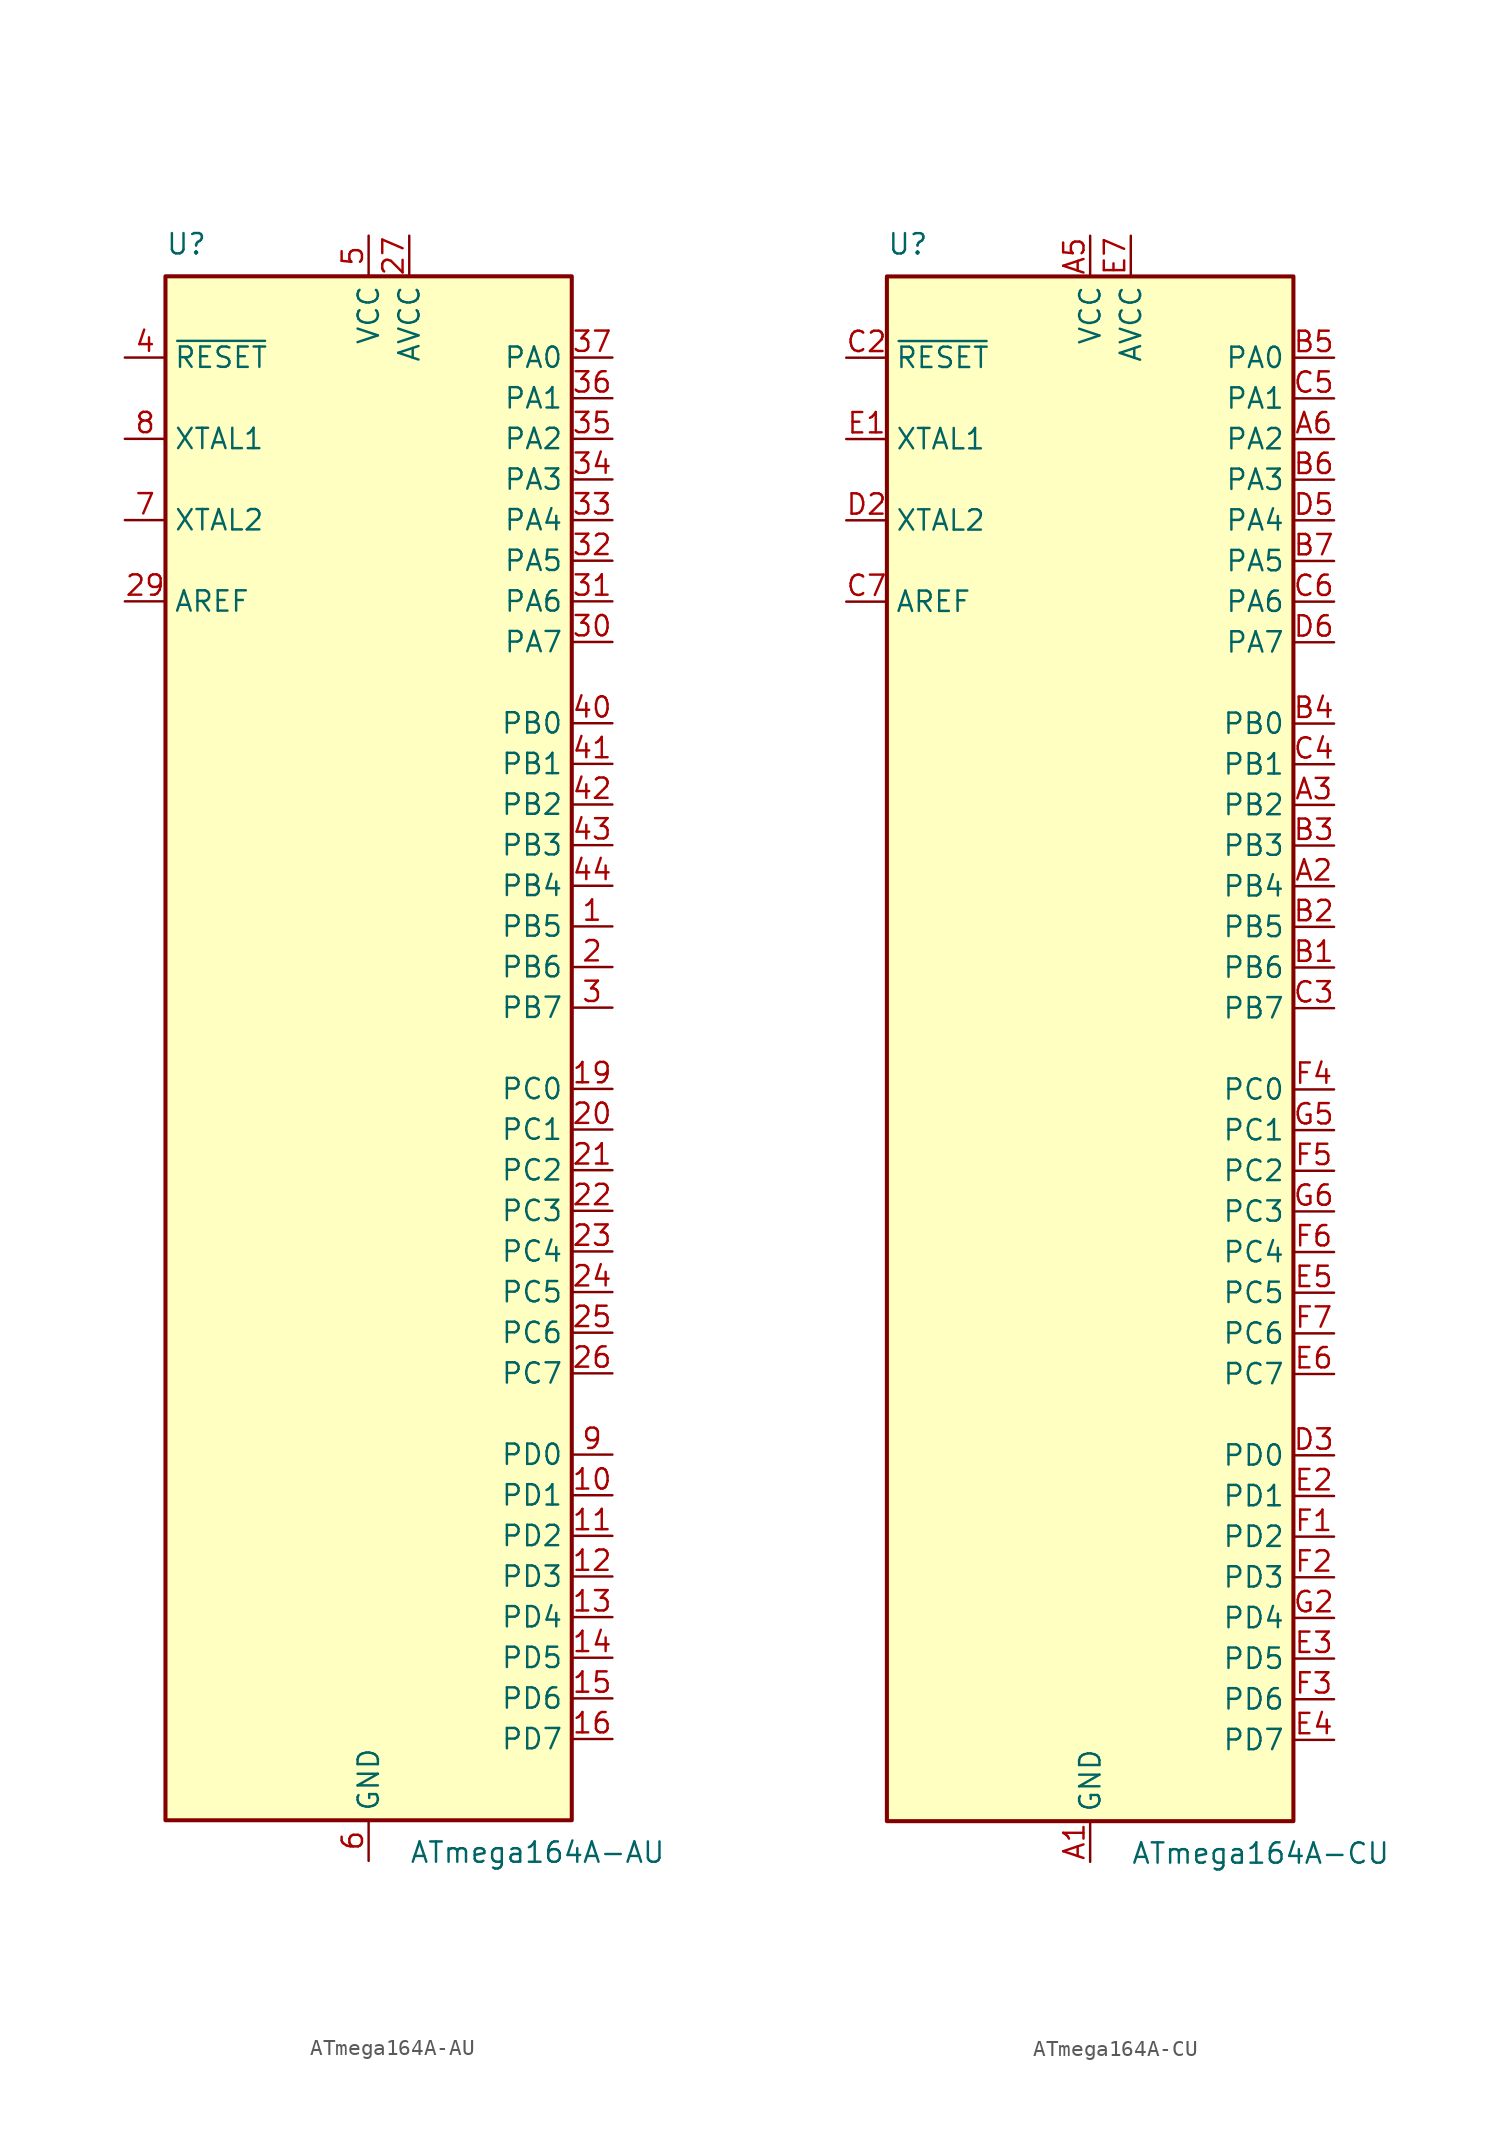
<source format=kicad_sym>
(kicad_symbol_lib
  (version 20211014)
  (generator kicad_symbol_editor)
  (symbol "ATmega164A-AU"
    (property "Reference" "U"
      (at -12.7 49.53 0)
      (effects (font (size 1.27 1.27)) (justify left bottom)))
    (property "Value" "ATmega164A-AU"
      (at 2.54 -49.53 0)
      (effects (font (size 1.27 1.27)) (justify left top)))
    (symbol "ATmega164A-AU_0_1"
      (rectangle (start -12.7 -48.26) (end 12.7 48.26) (stroke (width 0.254) (type default) (color 0 0 0 0)) (fill (type background))))
    (symbol "ATmega164A-AU_1_1"
      (pin bidirectional line (at 15.24 7.62 180) (length 2.54) (name "PB5" (effects (font (size 1.27 1.27)))) (number "1" (effects (font (size 1.27 1.27)))))
      (pin bidirectional line (at 15.24 -27.94 180) (length 2.54) (name "PD1" (effects (font (size 1.27 1.27)))) (number "10" (effects (font (size 1.27 1.27)))))
      (pin bidirectional line (at 15.24 -30.48 180) (length 2.54) (name "PD2" (effects (font (size 1.27 1.27)))) (number "11" (effects (font (size 1.27 1.27)))))
      (pin bidirectional line (at 15.24 -33.02 180) (length 2.54) (name "PD3" (effects (font (size 1.27 1.27)))) (number "12" (effects (font (size 1.27 1.27)))))
      (pin bidirectional line (at 15.24 -35.56 180) (length 2.54) (name "PD4" (effects (font (size 1.27 1.27)))) (number "13" (effects (font (size 1.27 1.27)))))
      (pin bidirectional line (at 15.24 -38.1 180) (length 2.54) (name "PD5" (effects (font (size 1.27 1.27)))) (number "14" (effects (font (size 1.27 1.27)))))
      (pin bidirectional line (at 15.24 -40.64 180) (length 2.54) (name "PD6" (effects (font (size 1.27 1.27)))) (number "15" (effects (font (size 1.27 1.27)))))
      (pin bidirectional line (at 15.24 -43.18 180) (length 2.54) (name "PD7" (effects (font (size 1.27 1.27)))) (number "16" (effects (font (size 1.27 1.27)))))
      (pin passive line (at 0 50.8 270) (length 2.54) hide (name "VCC" (effects (font (size 1.27 1.27)))) (number "17" (effects (font (size 1.27 1.27)))))
      (pin passive line (at 0 -50.8 90) (length 2.54) hide (name "GND" (effects (font (size 1.27 1.27)))) (number "18" (effects (font (size 1.27 1.27)))))
      (pin bidirectional line (at 15.24 -2.54 180) (length 2.54) (name "PC0" (effects (font (size 1.27 1.27)))) (number "19" (effects (font (size 1.27 1.27)))))
      (pin bidirectional line (at 15.24 5.08 180) (length 2.54) (name "PB6" (effects (font (size 1.27 1.27)))) (number "2" (effects (font (size 1.27 1.27)))))
      (pin bidirectional line (at 15.24 -5.08 180) (length 2.54) (name "PC1" (effects (font (size 1.27 1.27)))) (number "20" (effects (font (size 1.27 1.27)))))
      (pin bidirectional line (at 15.24 -7.62 180) (length 2.54) (name "PC2" (effects (font (size 1.27 1.27)))) (number "21" (effects (font (size 1.27 1.27)))))
      (pin bidirectional line (at 15.24 -10.16 180) (length 2.54) (name "PC3" (effects (font (size 1.27 1.27)))) (number "22" (effects (font (size 1.27 1.27)))))
      (pin bidirectional line (at 15.24 -12.7 180) (length 2.54) (name "PC4" (effects (font (size 1.27 1.27)))) (number "23" (effects (font (size 1.27 1.27)))))
      (pin bidirectional line (at 15.24 -15.24 180) (length 2.54) (name "PC5" (effects (font (size 1.27 1.27)))) (number "24" (effects (font (size 1.27 1.27)))))
      (pin bidirectional line (at 15.24 -17.78 180) (length 2.54) (name "PC6" (effects (font (size 1.27 1.27)))) (number "25" (effects (font (size 1.27 1.27)))))
      (pin bidirectional line (at 15.24 -20.32 180) (length 2.54) (name "PC7" (effects (font (size 1.27 1.27)))) (number "26" (effects (font (size 1.27 1.27)))))
      (pin power_in line (at 2.54 50.8 270) (length 2.54) (name "AVCC" (effects (font (size 1.27 1.27)))) (number "27" (effects (font (size 1.27 1.27)))))
      (pin passive line (at 0 -50.8 90) (length 2.54) hide (name "GND" (effects (font (size 1.27 1.27)))) (number "28" (effects (font (size 1.27 1.27)))))
      (pin passive line (at -15.24 27.94 0) (length 2.54) (name "AREF" (effects (font (size 1.27 1.27)))) (number "29" (effects (font (size 1.27 1.27)))))
      (pin bidirectional line (at 15.24 2.54 180) (length 2.54) (name "PB7" (effects (font (size 1.27 1.27)))) (number "3" (effects (font (size 1.27 1.27)))))
      (pin bidirectional line (at 15.24 25.4 180) (length 2.54) (name "PA7" (effects (font (size 1.27 1.27)))) (number "30" (effects (font (size 1.27 1.27)))))
      (pin bidirectional line (at 15.24 27.94 180) (length 2.54) (name "PA6" (effects (font (size 1.27 1.27)))) (number "31" (effects (font (size 1.27 1.27)))))
      (pin bidirectional line (at 15.24 30.48 180) (length 2.54) (name "PA5" (effects (font (size 1.27 1.27)))) (number "32" (effects (font (size 1.27 1.27)))))
      (pin bidirectional line (at 15.24 33.02 180) (length 2.54) (name "PA4" (effects (font (size 1.27 1.27)))) (number "33" (effects (font (size 1.27 1.27)))))
      (pin bidirectional line (at 15.24 35.56 180) (length 2.54) (name "PA3" (effects (font (size 1.27 1.27)))) (number "34" (effects (font (size 1.27 1.27)))))
      (pin bidirectional line (at 15.24 38.1 180) (length 2.54) (name "PA2" (effects (font (size 1.27 1.27)))) (number "35" (effects (font (size 1.27 1.27)))))
      (pin bidirectional line (at 15.24 40.64 180) (length 2.54) (name "PA1" (effects (font (size 1.27 1.27)))) (number "36" (effects (font (size 1.27 1.27)))))
      (pin bidirectional line (at 15.24 43.18 180) (length 2.54) (name "PA0" (effects (font (size 1.27 1.27)))) (number "37" (effects (font (size 1.27 1.27)))))
      (pin passive line (at 0 50.8 270) (length 2.54) hide (name "VCC" (effects (font (size 1.27 1.27)))) (number "38" (effects (font (size 1.27 1.27)))))
      (pin passive line (at 0 -50.8 90) (length 2.54) hide (name "GND" (effects (font (size 1.27 1.27)))) (number "39" (effects (font (size 1.27 1.27)))))
      (pin input line (at -15.24 43.18 0) (length 2.54) (name "~{RESET}" (effects (font (size 1.27 1.27)))) (number "4" (effects (font (size 1.27 1.27)))))
      (pin bidirectional line (at 15.24 20.32 180) (length 2.54) (name "PB0" (effects (font (size 1.27 1.27)))) (number "40" (effects (font (size 1.27 1.27)))))
      (pin bidirectional line (at 15.24 17.78 180) (length 2.54) (name "PB1" (effects (font (size 1.27 1.27)))) (number "41" (effects (font (size 1.27 1.27)))))
      (pin bidirectional line (at 15.24 15.24 180) (length 2.54) (name "PB2" (effects (font (size 1.27 1.27)))) (number "42" (effects (font (size 1.27 1.27)))))
      (pin bidirectional line (at 15.24 12.7 180) (length 2.54) (name "PB3" (effects (font (size 1.27 1.27)))) (number "43" (effects (font (size 1.27 1.27)))))
      (pin bidirectional line (at 15.24 10.16 180) (length 2.54) (name "PB4" (effects (font (size 1.27 1.27)))) (number "44" (effects (font (size 1.27 1.27)))))
      (pin power_in line (at 0 50.8 270) (length 2.54) (name "VCC" (effects (font (size 1.27 1.27)))) (number "5" (effects (font (size 1.27 1.27)))))
      (pin power_in line (at 0 -50.8 90) (length 2.54) (name "GND" (effects (font (size 1.27 1.27)))) (number "6" (effects (font (size 1.27 1.27)))))
      (pin output line (at -15.24 33.02 0) (length 2.54) (name "XTAL2" (effects (font (size 1.27 1.27)))) (number "7" (effects (font (size 1.27 1.27)))))
      (pin input line (at -15.24 38.1 0) (length 2.54) (name "XTAL1" (effects (font (size 1.27 1.27)))) (number "8" (effects (font (size 1.27 1.27)))))
      (pin bidirectional line (at 15.24 -25.4 180) (length 2.54) (name "PD0" (effects (font (size 1.27 1.27)))) (number "9" (effects (font (size 1.27 1.27)))))))
  (symbol "ATmega164A-CU"
    (property "Reference" "U"
      (at -12.7 49.53 0)
      (effects (font (size 1.27 1.27)) (justify left bottom)))
    (property "Value" "ATmega164A-CU"
      (at 2.54 -49.53 0)
      (effects (font (size 1.27 1.27)) (justify left top)))
    (symbol "ATmega164A-CU_0_1"
      (rectangle (start -12.7 -48.26) (end 12.7 48.26) (stroke (width 0.254) (type default) (color 0 0 0 0)) (fill (type background))))
    (symbol "ATmega164A-CU_1_1"
      (pin power_in line (at 0 -50.8 90) (length 2.54) (name "GND" (effects (font (size 1.27 1.27)))) (number "A1" (effects (font (size 1.27 1.27)))))
      (pin bidirectional line (at 15.24 10.16 180) (length 2.54) (name "PB4" (effects (font (size 1.27 1.27)))) (number "A2" (effects (font (size 1.27 1.27)))))
      (pin bidirectional line (at 15.24 15.24 180) (length 2.54) (name "PB2" (effects (font (size 1.27 1.27)))) (number "A3" (effects (font (size 1.27 1.27)))))
      (pin passive line (at 0 -50.8 90) (length 2.54) hide (name "GND" (effects (font (size 1.27 1.27)))) (number "A4" (effects (font (size 1.27 1.27)))))
      (pin power_in line (at 0 50.8 270) (length 2.54) (name "VCC" (effects (font (size 1.27 1.27)))) (number "A5" (effects (font (size 1.27 1.27)))))
      (pin bidirectional line (at 15.24 38.1 180) (length 2.54) (name "PA2" (effects (font (size 1.27 1.27)))) (number "A6" (effects (font (size 1.27 1.27)))))
      (pin passive line (at 0 -50.8 90) (length 2.54) hide (name "GND" (effects (font (size 1.27 1.27)))) (number "A7" (effects (font (size 1.27 1.27)))))
      (pin bidirectional line (at 15.24 5.08 180) (length 2.54) (name "PB6" (effects (font (size 1.27 1.27)))) (number "B1" (effects (font (size 1.27 1.27)))))
      (pin bidirectional line (at 15.24 7.62 180) (length 2.54) (name "PB5" (effects (font (size 1.27 1.27)))) (number "B2" (effects (font (size 1.27 1.27)))))
      (pin bidirectional line (at 15.24 12.7 180) (length 2.54) (name "PB3" (effects (font (size 1.27 1.27)))) (number "B3" (effects (font (size 1.27 1.27)))))
      (pin bidirectional line (at 15.24 20.32 180) (length 2.54) (name "PB0" (effects (font (size 1.27 1.27)))) (number "B4" (effects (font (size 1.27 1.27)))))
      (pin bidirectional line (at 15.24 43.18 180) (length 2.54) (name "PA0" (effects (font (size 1.27 1.27)))) (number "B5" (effects (font (size 1.27 1.27)))))
      (pin bidirectional line (at 15.24 35.56 180) (length 2.54) (name "PA3" (effects (font (size 1.27 1.27)))) (number "B6" (effects (font (size 1.27 1.27)))))
      (pin bidirectional line (at 15.24 30.48 180) (length 2.54) (name "PA5" (effects (font (size 1.27 1.27)))) (number "B7" (effects (font (size 1.27 1.27)))))
      (pin passive line (at 0 50.8 270) (length 2.54) hide (name "VCC" (effects (font (size 1.27 1.27)))) (number "C1" (effects (font (size 1.27 1.27)))))
      (pin input line (at -15.24 43.18 0) (length 2.54) (name "~{RESET}" (effects (font (size 1.27 1.27)))) (number "C2" (effects (font (size 1.27 1.27)))))
      (pin bidirectional line (at 15.24 2.54 180) (length 2.54) (name "PB7" (effects (font (size 1.27 1.27)))) (number "C3" (effects (font (size 1.27 1.27)))))
      (pin bidirectional line (at 15.24 17.78 180) (length 2.54) (name "PB1" (effects (font (size 1.27 1.27)))) (number "C4" (effects (font (size 1.27 1.27)))))
      (pin bidirectional line (at 15.24 40.64 180) (length 2.54) (name "PA1" (effects (font (size 1.27 1.27)))) (number "C5" (effects (font (size 1.27 1.27)))))
      (pin bidirectional line (at 15.24 27.94 180) (length 2.54) (name "PA6" (effects (font (size 1.27 1.27)))) (number "C6" (effects (font (size 1.27 1.27)))))
      (pin passive line (at -15.24 27.94 0) (length 2.54) (name "AREF" (effects (font (size 1.27 1.27)))) (number "C7" (effects (font (size 1.27 1.27)))))
      (pin passive line (at 0 -50.8 90) (length 2.54) hide (name "GND" (effects (font (size 1.27 1.27)))) (number "D1" (effects (font (size 1.27 1.27)))))
      (pin output line (at -15.24 33.02 0) (length 2.54) (name "XTAL2" (effects (font (size 1.27 1.27)))) (number "D2" (effects (font (size 1.27 1.27)))))
      (pin bidirectional line (at 15.24 -25.4 180) (length 2.54) (name "PD0" (effects (font (size 1.27 1.27)))) (number "D3" (effects (font (size 1.27 1.27)))))
      (pin passive line (at 0 -50.8 90) (length 2.54) hide (name "GND" (effects (font (size 1.27 1.27)))) (number "D4" (effects (font (size 1.27 1.27)))))
      (pin bidirectional line (at 15.24 33.02 180) (length 2.54) (name "PA4" (effects (font (size 1.27 1.27)))) (number "D5" (effects (font (size 1.27 1.27)))))
      (pin bidirectional line (at 15.24 25.4 180) (length 2.54) (name "PA7" (effects (font (size 1.27 1.27)))) (number "D6" (effects (font (size 1.27 1.27)))))
      (pin passive line (at 0 -50.8 90) (length 2.54) hide (name "GND" (effects (font (size 1.27 1.27)))) (number "D7" (effects (font (size 1.27 1.27)))))
      (pin input line (at -15.24 38.1 0) (length 2.54) (name "XTAL1" (effects (font (size 1.27 1.27)))) (number "E1" (effects (font (size 1.27 1.27)))))
      (pin bidirectional line (at 15.24 -27.94 180) (length 2.54) (name "PD1" (effects (font (size 1.27 1.27)))) (number "E2" (effects (font (size 1.27 1.27)))))
      (pin bidirectional line (at 15.24 -38.1 180) (length 2.54) (name "PD5" (effects (font (size 1.27 1.27)))) (number "E3" (effects (font (size 1.27 1.27)))))
      (pin bidirectional line (at 15.24 -43.18 180) (length 2.54) (name "PD7" (effects (font (size 1.27 1.27)))) (number "E4" (effects (font (size 1.27 1.27)))))
      (pin bidirectional line (at 15.24 -15.24 180) (length 2.54) (name "PC5" (effects (font (size 1.27 1.27)))) (number "E5" (effects (font (size 1.27 1.27)))))
      (pin bidirectional line (at 15.24 -20.32 180) (length 2.54) (name "PC7" (effects (font (size 1.27 1.27)))) (number "E6" (effects (font (size 1.27 1.27)))))
      (pin power_in line (at 2.54 50.8 270) (length 2.54) (name "AVCC" (effects (font (size 1.27 1.27)))) (number "E7" (effects (font (size 1.27 1.27)))))
      (pin bidirectional line (at 15.24 -30.48 180) (length 2.54) (name "PD2" (effects (font (size 1.27 1.27)))) (number "F1" (effects (font (size 1.27 1.27)))))
      (pin bidirectional line (at 15.24 -33.02 180) (length 2.54) (name "PD3" (effects (font (size 1.27 1.27)))) (number "F2" (effects (font (size 1.27 1.27)))))
      (pin bidirectional line (at 15.24 -40.64 180) (length 2.54) (name "PD6" (effects (font (size 1.27 1.27)))) (number "F3" (effects (font (size 1.27 1.27)))))
      (pin bidirectional line (at 15.24 -2.54 180) (length 2.54) (name "PC0" (effects (font (size 1.27 1.27)))) (number "F4" (effects (font (size 1.27 1.27)))))
      (pin bidirectional line (at 15.24 -7.62 180) (length 2.54) (name "PC2" (effects (font (size 1.27 1.27)))) (number "F5" (effects (font (size 1.27 1.27)))))
      (pin bidirectional line (at 15.24 -12.7 180) (length 2.54) (name "PC4" (effects (font (size 1.27 1.27)))) (number "F6" (effects (font (size 1.27 1.27)))))
      (pin bidirectional line (at 15.24 -17.78 180) (length 2.54) (name "PC6" (effects (font (size 1.27 1.27)))) (number "F7" (effects (font (size 1.27 1.27)))))
      (pin passive line (at 0 -50.8 90) (length 2.54) hide (name "GND" (effects (font (size 1.27 1.27)))) (number "G1" (effects (font (size 1.27 1.27)))))
      (pin bidirectional line (at 15.24 -35.56 180) (length 2.54) (name "PD4" (effects (font (size 1.27 1.27)))) (number "G2" (effects (font (size 1.27 1.27)))))
      (pin passive line (at 0 50.8 270) (length 2.54) hide (name "VCC" (effects (font (size 1.27 1.27)))) (number "G3" (effects (font (size 1.27 1.27)))))
      (pin passive line (at 0 -50.8 90) (length 2.54) hide (name "GND" (effects (font (size 1.27 1.27)))) (number "G4" (effects (font (size 1.27 1.27)))))
      (pin bidirectional line (at 15.24 -5.08 180) (length 2.54) (name "PC1" (effects (font (size 1.27 1.27)))) (number "G5" (effects (font (size 1.27 1.27)))))
      (pin bidirectional line (at 15.24 -10.16 180) (length 2.54) (name "PC3" (effects (font (size 1.27 1.27)))) (number "G6" (effects (font (size 1.27 1.27)))))
      (pin passive line (at 0 -50.8 90) (length 2.54) hide (name "GND" (effects (font (size 1.27 1.27)))) (number "G7" (effects (font (size 1.27 1.27))))))))
</source>
